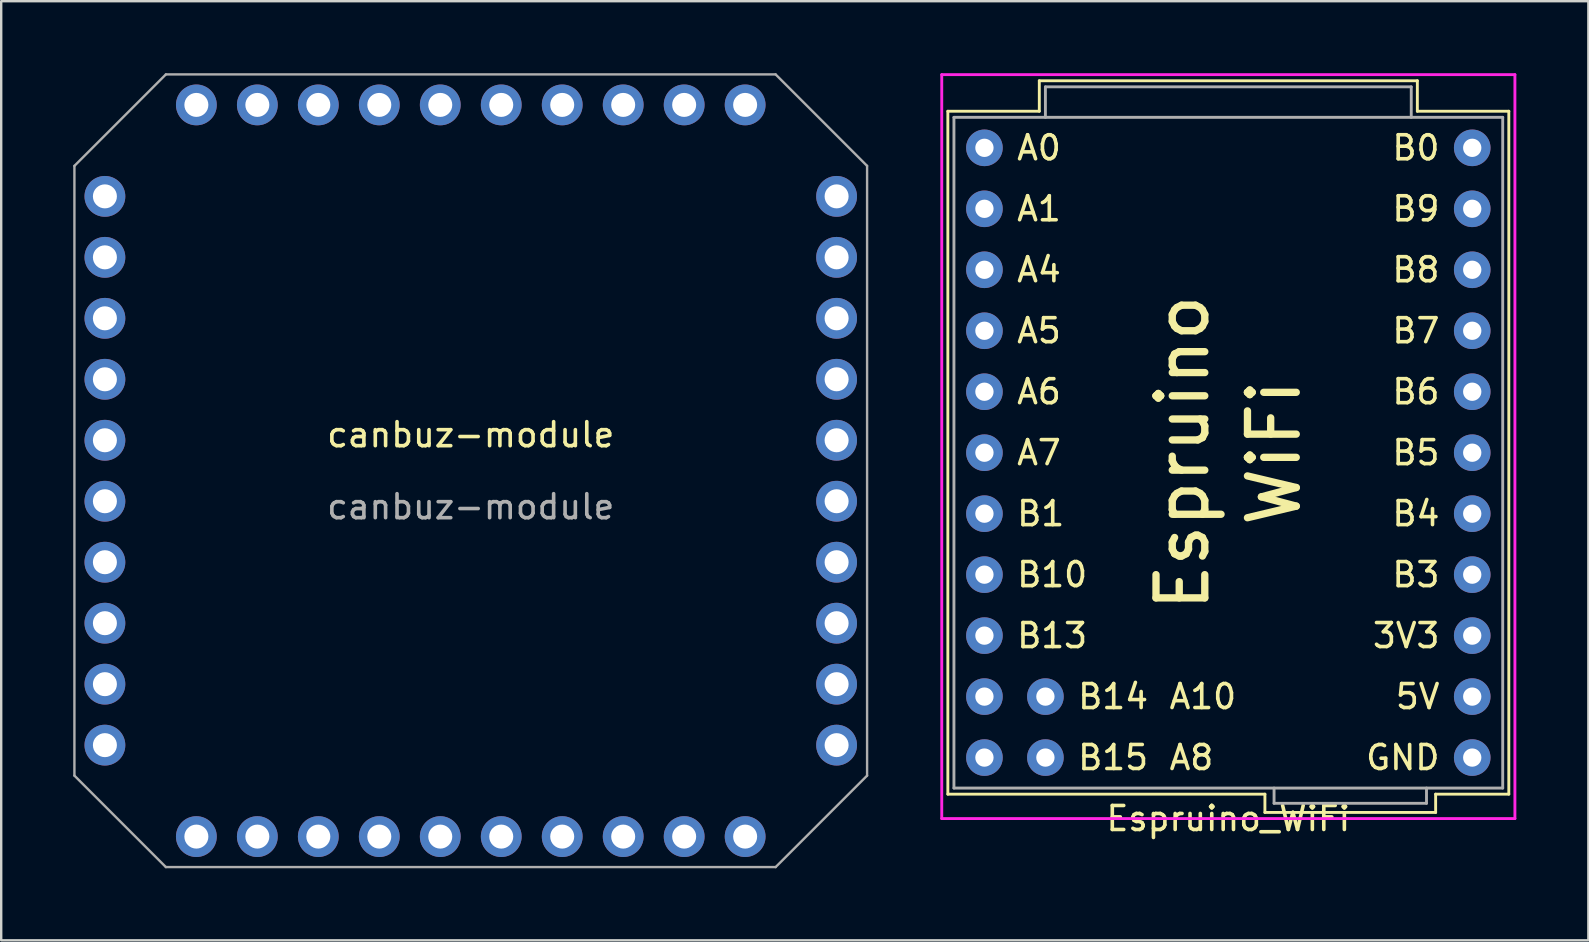
<source format=kicad_pcb>
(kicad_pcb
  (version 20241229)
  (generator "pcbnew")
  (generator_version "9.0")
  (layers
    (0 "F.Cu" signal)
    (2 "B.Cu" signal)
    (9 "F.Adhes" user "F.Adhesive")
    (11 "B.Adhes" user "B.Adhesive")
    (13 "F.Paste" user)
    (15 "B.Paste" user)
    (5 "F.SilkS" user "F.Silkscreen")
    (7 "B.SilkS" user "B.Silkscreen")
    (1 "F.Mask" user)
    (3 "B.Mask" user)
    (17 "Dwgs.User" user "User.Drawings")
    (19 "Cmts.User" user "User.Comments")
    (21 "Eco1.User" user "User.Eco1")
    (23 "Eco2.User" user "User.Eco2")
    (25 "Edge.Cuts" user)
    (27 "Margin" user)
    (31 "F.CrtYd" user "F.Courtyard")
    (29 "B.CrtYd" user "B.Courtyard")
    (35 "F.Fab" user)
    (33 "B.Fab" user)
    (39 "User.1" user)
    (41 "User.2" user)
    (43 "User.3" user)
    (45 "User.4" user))
  (footprint "canbuz-module"
    (layer "F.Cu")
    (at 16.56 16.56)
    (property "Reference" "canbuz-module" (at 0 -1.5 0) (unlocked yes) (layer "F.SilkS") (effects (font (size 1 1) (thickness 0.15))))
    (attr through_hole)
    (fp_line (start -16.51 -12.7) (end -12.7 -16.51) (stroke (width 0.1) (type solid)) (layer "F.Fab"))
    (fp_line (start -16.51 12.7) (end -16.51 -12.7) (stroke (width 0.1) (type solid)) (layer "F.Fab"))
    (fp_line (start -12.7 -16.51) (end 12.7 -16.51) (stroke (width 0.1) (type solid)) (layer "F.Fab"))
    (fp_line (start -12.7 16.51) (end -16.51 12.7) (stroke (width 0.1) (type solid)) (layer "F.Fab"))
    (fp_line (start 12.7 -16.51) (end 16.51 -12.7) (stroke (width 0.1) (type solid)) (layer "F.Fab"))
    (fp_line (start 12.7 16.51) (end -12.7 16.51) (stroke (width 0.1) (type solid)) (layer "F.Fab"))
    (fp_line (start 16.51 -12.7) (end 16.51 12.7) (stroke (width 0.1) (type solid)) (layer "F.Fab"))
    (fp_line (start 16.51 12.7) (end 12.7 16.51) (stroke (width 0.1) (type solid)) (layer "F.Fab"))
    (fp_text user "${REFERENCE}" (at 0 1.5 0) (unlocked yes) (layer "F.Fab") (effects (font (size 1 1) (thickness 0.15))))
    (pad "1" thru_hole circle (at -15.24 -11.43) (size 1.7 1.7) (drill 1) (layers "*.Cu" "*.Mask"))
    (pad "2" thru_hole circle (at -15.24 -8.89) (size 1.7 1.7) (drill 1) (layers "*.Cu" "*.Mask"))
    (pad "3" thru_hole circle (at -15.24 -6.35) (size 1.7 1.7) (drill 1) (layers "*.Cu" "*.Mask"))
    (pad "4" thru_hole circle (at -15.24 -3.81) (size 1.7 1.7) (drill 1) (layers "*.Cu" "*.Mask"))
    (pad "5" thru_hole circle (at -15.24 -1.27) (size 1.7 1.7) (drill 1) (layers "*.Cu" "*.Mask"))
    (pad "6" thru_hole circle (at -15.24 1.27) (size 1.7 1.7) (drill 1) (layers "*.Cu" "*.Mask"))
    (pad "7" thru_hole circle (at -15.24 3.81) (size 1.7 1.7) (drill 1) (layers "*.Cu" "*.Mask"))
    (pad "8" thru_hole circle (at -15.24 6.35) (size 1.7 1.7) (drill 1) (layers "*.Cu" "*.Mask"))
    (pad "9" thru_hole circle (at -15.24 8.89) (size 1.7 1.7) (drill 1) (layers "*.Cu" "*.Mask"))
    (pad "10" thru_hole circle (at -15.24 11.43) (size 1.7 1.7) (drill 1) (layers "*.Cu" "*.Mask"))
    (pad "11" thru_hole circle (at -11.43 15.24) (size 1.7 1.7) (drill 1) (layers "*.Cu" "*.Mask"))
    (pad "12" thru_hole circle (at -8.89 15.24) (size 1.7 1.7) (drill 1) (layers "*.Cu" "*.Mask"))
    (pad "13" thru_hole circle (at -6.35 15.24) (size 1.7 1.7) (drill 1) (layers "*.Cu" "*.Mask"))
    (pad "14" thru_hole circle (at -3.81 15.24) (size 1.7 1.7) (drill 1) (layers "*.Cu" "*.Mask"))
    (pad "15" thru_hole circle (at -1.27 15.24) (size 1.7 1.7) (drill 1) (layers "*.Cu" "*.Mask"))
    (pad "16" thru_hole circle (at 1.27 15.24) (size 1.7 1.7) (drill 1) (layers "*.Cu" "*.Mask"))
    (pad "17" thru_hole circle (at 3.81 15.24) (size 1.7 1.7) (drill 1) (layers "*.Cu" "*.Mask"))
    (pad "18" thru_hole circle (at 6.35 15.24) (size 1.7 1.7) (drill 1) (layers "*.Cu" "*.Mask"))
    (pad "19" thru_hole circle (at 8.89 15.24) (size 1.7 1.7) (drill 1) (layers "*.Cu" "*.Mask"))
    (pad "20" thru_hole circle (at 11.43 15.24) (size 1.7 1.7) (drill 1) (layers "*.Cu" "*.Mask"))
    (pad "21" thru_hole circle (at 15.24 11.43) (size 1.7 1.7) (drill 1) (layers "*.Cu" "*.Mask"))
    (pad "22" thru_hole circle (at 15.24 8.89) (size 1.7 1.7) (drill 1) (layers "*.Cu" "*.Mask"))
    (pad "23" thru_hole circle (at 15.24 6.35) (size 1.7 1.7) (drill 1) (layers "*.Cu" "*.Mask"))
    (pad "24" thru_hole circle (at 15.24 3.81) (size 1.7 1.7) (drill 1) (layers "*.Cu" "*.Mask"))
    (pad "25" thru_hole circle (at 15.24 1.27) (size 1.7 1.7) (drill 1) (layers "*.Cu" "*.Mask"))
    (pad "26" thru_hole circle (at 15.24 -1.27) (size 1.7 1.7) (drill 1) (layers "*.Cu" "*.Mask"))
    (pad "27" thru_hole circle (at 15.24 -3.81) (size 1.7 1.7) (drill 1) (layers "*.Cu" "*.Mask"))
    (pad "28" thru_hole circle (at 15.24 -6.35) (size 1.7 1.7) (drill 1) (layers "*.Cu" "*.Mask"))
    (pad "29" thru_hole circle (at 15.24 -8.89) (size 1.7 1.7) (drill 1) (layers "*.Cu" "*.Mask"))
    (pad "30" thru_hole circle (at 15.24 -11.43) (size 1.7 1.7) (drill 1) (layers "*.Cu" "*.Mask"))
    (pad "31" thru_hole circle (at 11.43 -15.24) (size 1.7 1.7) (drill 1) (layers "*.Cu" "*.Mask"))
    (pad "32" thru_hole circle (at 8.89 -15.24) (size 1.7 1.7) (drill 1) (layers "*.Cu" "*.Mask"))
    (pad "33" thru_hole circle (at 6.35 -15.24) (size 1.7 1.7) (drill 1) (layers "*.Cu" "*.Mask"))
    (pad "34" thru_hole circle (at 3.81 -15.24) (size 1.7 1.7) (drill 1) (layers "*.Cu" "*.Mask"))
    (pad "35" thru_hole circle (at 1.27 -15.24) (size 1.7 1.7) (drill 1) (layers "*.Cu" "*.Mask"))
    (pad "36" thru_hole circle (at -1.27 -15.24) (size 1.7 1.7) (drill 1) (layers "*.Cu" "*.Mask"))
    (pad "37" thru_hole circle (at -3.81 -15.24) (size 1.7 1.7) (drill 1) (layers "*.Cu" "*.Mask"))
    (pad "38" thru_hole circle (at -6.35 -15.24) (size 1.7 1.7) (drill 1) (layers "*.Cu" "*.Mask"))
    (pad "39" thru_hole circle (at -8.89 -15.24) (size 1.7 1.7) (drill 1) (layers "*.Cu" "*.Mask"))
    (pad "40" thru_hole circle (at -11.43 -15.24) (size 1.7 1.7) (drill 1) (layers "*.Cu" "*.Mask")))
  (footprint "Espruino_WiFi"
    (layer "F.Cu")
    (at 48.118 15.808)
    (property "Reference" "Espruino_WiFi" (at 0 15.24 0) (layer "F.SilkS") (effects (font (size 1 1) (thickness 0.15))))
    (attr through_hole)
    (fp_line (start -11.684 -14.224) (end -7.874 -14.224) (stroke (width 0.12) (type solid)) (layer "F.SilkS"))
    (fp_line (start -11.684 14.224) (end -11.684 -14.224) (stroke (width 0.12) (type solid)) (layer "F.SilkS"))
    (fp_line (start -7.874 -15.494) (end 7.874 -15.494) (stroke (width 0.12) (type solid)) (layer "F.SilkS"))
    (fp_line (start -7.874 -14.224) (end -7.874 -15.494) (stroke (width 0.12) (type solid)) (layer "F.SilkS"))
    (fp_line (start 1.524 14.224) (end -11.684 14.224) (stroke (width 0.12) (type solid)) (layer "F.SilkS"))
    (fp_line (start 1.524 14.986) (end 1.524 14.224) (stroke (width 0.12) (type solid)) (layer "F.SilkS"))
    (fp_line (start 7.874 -15.494) (end 7.874 -14.224) (stroke (width 0.12) (type solid)) (layer "F.SilkS"))
    (fp_line (start 7.874 -14.224) (end 11.684 -14.224) (stroke (width 0.12) (type solid)) (layer "F.SilkS"))
    (fp_line (start 8.636 14.224) (end 8.636 14.986) (stroke (width 0.12) (type solid)) (layer "F.SilkS"))
    (fp_line (start 8.636 14.986) (end 1.524 14.986) (stroke (width 0.12) (type solid)) (layer "F.SilkS"))
    (fp_line (start 11.684 -14.224) (end 11.684 14.224) (stroke (width 0.12) (type solid)) (layer "F.SilkS"))
    (fp_line (start 11.684 14.224) (end 8.636 14.224) (stroke (width 0.12) (type solid)) (layer "F.SilkS"))
    (fp_line (start -11.938 -15.748) (end 11.938 -15.748) (stroke (width 0.12) (type solid)) (layer "F.CrtYd"))
    (fp_line (start -11.938 15.24) (end -11.938 -15.748) (stroke (width 0.12) (type solid)) (layer "F.CrtYd"))
    (fp_line (start 11.938 -15.748) (end 11.938 15.24) (stroke (width 0.12) (type solid)) (layer "F.CrtYd"))
    (fp_line (start 11.938 15.24) (end -11.938 15.24) (stroke (width 0.12) (type solid)) (layer "F.CrtYd"))
    (fp_line (start -11.43 -13.97) (end 11.43 -13.97) (stroke (width 0.12) (type solid)) (layer "F.Fab"))
    (fp_line (start -11.43 13.97) (end -11.43 -13.97) (stroke (width 0.12) (type solid)) (layer "F.Fab"))
    (fp_line (start -7.62 -15.24) (end 7.62 -15.24) (stroke (width 0.12) (type solid)) (layer "F.Fab"))
    (fp_line (start -7.62 -13.97) (end -7.62 -15.24) (stroke (width 0.12) (type solid)) (layer "F.Fab"))
    (fp_line (start 1.905 14.605) (end 1.905 13.97) (stroke (width 0.12) (type solid)) (layer "F.Fab"))
    (fp_line (start 7.62 -15.24) (end 7.62 -13.97) (stroke (width 0.12) (type solid)) (layer "F.Fab"))
    (fp_line (start 8.255 13.97) (end 8.255 14.605) (stroke (width 0.12) (type solid)) (layer "F.Fab"))
    (fp_line (start 8.255 14.605) (end 1.905 14.605) (stroke (width 0.12) (type solid)) (layer "F.Fab"))
    (fp_line (start 11.43 -13.97) (end 11.43 13.97) (stroke (width 0.12) (type solid)) (layer "F.Fab"))
    (fp_line (start 11.43 13.97) (end -11.43 13.97) (stroke (width 0.12) (type solid)) (layer "F.Fab"))
    (fp_text user "WiFi" (at 1.905 0 90) (layer "F.SilkS") (effects (font (size 2.032 2.032) (thickness 0.305))))
    (fp_text user "A6" (at -8.89 -2.54 0) (layer "F.SilkS") (effects (font (size 1 1) (thickness 0.15)) (justify left)))
    (fp_text user "A8" (at -2.54 12.7 0) (layer "F.SilkS") (effects (font (size 1 1) (thickness 0.15)) (justify left)))
    (fp_text user "B3" (at 8.89 5.08 0) (layer "F.SilkS") (effects (font (size 1 1) (thickness 0.15)) (justify right)))
    (fp_text user "B9" (at 8.89 -10.16 0) (layer "F.SilkS") (effects (font (size 1 1) (thickness 0.15)) (justify right)))
    (fp_text user "B14" (at -6.35 10.16 0) (layer "F.SilkS") (effects (font (size 1 1) (thickness 0.15)) (justify left)))
    (fp_text user "A1" (at -8.89 -10.16 0) (layer "F.SilkS") (effects (font (size 1 1) (thickness 0.15)) (justify left)))
    (fp_text user "B13" (at -8.89 7.62 0) (layer "F.SilkS") (effects (font (size 1 1) (thickness 0.15)) (justify left)))
    (fp_text user "A5" (at -8.89 -5.08 0) (layer "F.SilkS") (effects (font (size 1 1) (thickness 0.15)) (justify left)))
    (fp_text user "3V3" (at 8.89 7.62 0) (layer "F.SilkS") (effects (font (size 1 1) (thickness 0.15)) (justify right)))
    (fp_text user "5V" (at 8.89 10.16 0) (layer "F.SilkS") (effects (font (size 1 1) (thickness 0.15)) (justify right)))
    (fp_text user "B4" (at 8.89 2.54 0) (layer "F.SilkS") (effects (font (size 1 1) (thickness 0.15)) (justify right)))
    (fp_text user "B5" (at 8.89 0 0) (layer "F.SilkS") (effects (font (size 1 1) (thickness 0.15)) (justify right)))
    (fp_text user "A4" (at -8.89 -7.62 0) (layer "F.SilkS") (effects (font (size 1 1) (thickness 0.15)) (justify left)))
    (fp_text user "B10" (at -8.89 5.08 0) (layer "F.SilkS") (effects (font (size 1 1) (thickness 0.15)) (justify left)))
    (fp_text user "GND" (at 8.89 12.7 0) (layer "F.SilkS") (effects (font (size 1 1) (thickness 0.15)) (justify right)))
    (fp_text user "B6" (at 8.89 -2.54 0) (layer "F.SilkS") (effects (font (size 1 1) (thickness 0.15)) (justify right)))
    (fp_text user "B7" (at 8.89 -5.08 0) (layer "F.SilkS") (effects (font (size 1 1) (thickness 0.15)) (justify right)))
    (fp_text user "A10" (at -2.54 10.16 0) (layer "F.SilkS") (effects (font (size 1 1) (thickness 0.15)) (justify left)))
    (fp_text user "B8" (at 8.89 -7.62 0) (layer "F.SilkS") (effects (font (size 1 1) (thickness 0.15)) (justify right)))
    (fp_text user "A0" (at -8.89 -12.7 0) (layer "F.SilkS") (effects (font (size 1 1) (thickness 0.15)) (justify left)))
    (fp_text user "B15" (at -6.35 12.7 0) (layer "F.SilkS") (effects (font (size 1 1) (thickness 0.15)) (justify left)))
    (fp_text user "B0" (at 8.89 -12.7 0) (layer "F.SilkS") (effects (font (size 1 1) (thickness 0.15)) (justify right)))
    (fp_text user "B1" (at -8.89 2.54 0) (layer "F.SilkS") (effects (font (size 1 1) (thickness 0.15)) (justify left)))
    (fp_text user "A7" (at -8.89 0 0) (layer "F.SilkS") (effects (font (size 1 1) (thickness 0.15)) (justify left)))
    (fp_text user "Espruino" (at -1.905 0 90) (layer "F.SilkS") (effects (font (size 2.032 2.032) (thickness 0.305))))
    (pad "1" thru_hole circle (at -10.16 -12.7) (size 1.524 1.524) (drill 0.762) (layers "*.Cu" "*.Mask"))
    (pad "2" thru_hole circle (at -10.16 -10.16) (size 1.524 1.524) (drill 0.762) (layers "*.Cu" "*.Mask"))
    (pad "3" thru_hole circle (at -10.16 -7.62) (size 1.524 1.524) (drill 0.762) (layers "*.Cu" "*.Mask"))
    (pad "4" thru_hole circle (at -10.16 -5.08) (size 1.524 1.524) (drill 0.762) (layers "*.Cu" "*.Mask"))
    (pad "5" thru_hole circle (at -10.16 -2.54) (size 1.524 1.524) (drill 0.762) (layers "*.Cu" "*.Mask"))
    (pad "6" thru_hole circle (at -10.16 0) (size 1.524 1.524) (drill 0.762) (layers "*.Cu" "*.Mask"))
    (pad "7" thru_hole circle (at -10.16 2.54) (size 1.524 1.524) (drill 0.762) (layers "*.Cu" "*.Mask"))
    (pad "8" thru_hole circle (at -10.16 5.08) (size 1.524 1.524) (drill 0.762) (layers "*.Cu" "*.Mask"))
    (pad "9" thru_hole circle (at -10.16 7.62) (size 1.524 1.524) (drill 0.762) (layers "*.Cu" "*.Mask"))
    (pad "10" thru_hole circle (at -10.16 10.16) (size 1.524 1.524) (drill 0.762) (layers "*.Cu" "*.Mask"))
    (pad "11" thru_hole circle (at -10.16 12.7) (size 1.524 1.524) (drill 0.762) (layers "*.Cu" "*.Mask"))
    (pad "12" thru_hole circle (at -7.62 10.16) (size 1.524 1.524) (drill 0.762) (layers "*.Cu" "*.Mask"))
    (pad "13" thru_hole circle (at -7.62 12.7) (size 1.524 1.524) (drill 0.762) (layers "*.Cu" "*.Mask"))
    (pad "14" thru_hole circle (at 10.16 12.7) (size 1.524 1.524) (drill 0.762) (layers "*.Cu" "*.Mask"))
    (pad "15" thru_hole circle (at 10.16 10.16) (size 1.524 1.524) (drill 0.762) (layers "*.Cu" "*.Mask"))
    (pad "16" thru_hole circle (at 10.16 7.62) (size 1.524 1.524) (drill 0.762) (layers "*.Cu" "*.Mask"))
    (pad "17" thru_hole circle (at 10.16 5.08) (size 1.524 1.524) (drill 0.762) (layers "*.Cu" "*.Mask"))
    (pad "18" thru_hole circle (at 10.16 2.54) (size 1.524 1.524) (drill 0.762) (layers "*.Cu" "*.Mask"))
    (pad "19" thru_hole circle (at 10.16 0) (size 1.524 1.524) (drill 0.762) (layers "*.Cu" "*.Mask"))
    (pad "20" thru_hole circle (at 10.16 -2.54) (size 1.524 1.524) (drill 0.762) (layers "*.Cu" "*.Mask"))
    (pad "21" thru_hole circle (at 10.16 -5.08) (size 1.524 1.524) (drill 0.762) (layers "*.Cu" "*.Mask"))
    (pad "22" thru_hole circle (at 10.16 -7.62) (size 1.524 1.524) (drill 0.762) (layers "*.Cu" "*.Mask"))
    (pad "23" thru_hole circle (at 10.16 -10.16) (size 1.524 1.524) (drill 0.762) (layers "*.Cu" "*.Mask"))
    (pad "24" thru_hole circle (at 10.16 -12.7) (size 1.524 1.524) (drill 0.762) (layers "*.Cu" "*.Mask")))
  (gr_rect
    (start -3 -3)
    (end 63.116 36.12)
    (stroke (width 0.1) (type default))
    (fill no)
    (layer "Edge.Cuts")))
</source>
